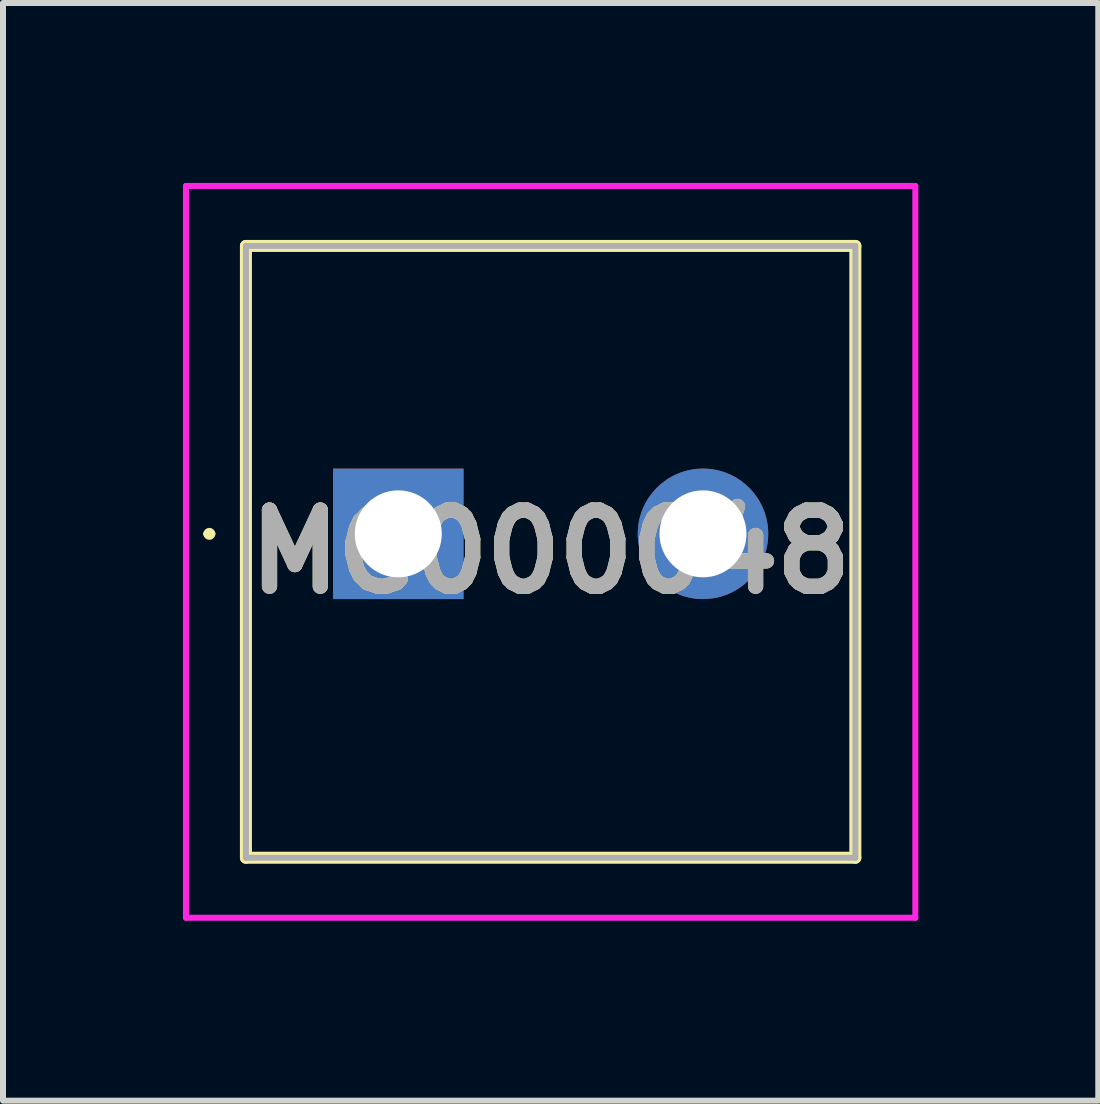
<source format=kicad_pcb>
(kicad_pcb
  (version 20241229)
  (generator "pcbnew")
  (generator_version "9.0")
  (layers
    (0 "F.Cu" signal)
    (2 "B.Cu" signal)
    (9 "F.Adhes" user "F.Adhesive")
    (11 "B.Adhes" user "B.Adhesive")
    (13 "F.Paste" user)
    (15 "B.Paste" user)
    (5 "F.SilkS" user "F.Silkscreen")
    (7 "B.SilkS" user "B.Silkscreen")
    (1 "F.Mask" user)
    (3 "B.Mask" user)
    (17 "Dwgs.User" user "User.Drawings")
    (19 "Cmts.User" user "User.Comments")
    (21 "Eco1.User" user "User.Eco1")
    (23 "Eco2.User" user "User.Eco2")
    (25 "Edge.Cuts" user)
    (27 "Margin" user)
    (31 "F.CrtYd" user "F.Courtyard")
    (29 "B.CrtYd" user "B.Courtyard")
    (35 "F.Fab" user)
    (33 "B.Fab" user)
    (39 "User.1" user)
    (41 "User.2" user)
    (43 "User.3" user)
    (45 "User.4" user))
  (footprint "MC000048"
    (layer "F.Cu")
    (at 3.59 5.85)
    (property "Reference" "MC000048" (at 2.54 0.3 0) (layer "F.SilkS") (effects (font (size 1.27 1.27) (thickness 0.254))))
    (attr through_hole)
    (fp_line (start -3.2 0) (end -3.2 0) (stroke (width 0.1) (type solid)) (layer "F.SilkS"))
    (fp_line (start -3.1 0) (end -3.1 0) (stroke (width 0.1) (type solid)) (layer "F.SilkS"))
    (fp_line (start -2.54 -4.8) (end 7.62 -4.8) (stroke (width 0.2) (type solid)) (layer "F.SilkS"))
    (fp_line (start -2.54 5.4) (end -2.54 -4.8) (stroke (width 0.2) (type solid)) (layer "F.SilkS"))
    (fp_line (start 7.62 -4.8) (end 7.62 5.4) (stroke (width 0.2) (type solid)) (layer "F.SilkS"))
    (fp_line (start 7.62 5.4) (end -2.54 5.4) (stroke (width 0.2) (type solid)) (layer "F.SilkS"))
    (fp_arc (start -3.2 0) (mid -3.15 -0.05) (end -3.1 0) (stroke (width 0.1) (type solid)) (layer "F.SilkS"))
    (fp_arc (start -3.1 0) (mid -3.15 0.05) (end -3.2 0) (stroke (width 0.1) (type solid)) (layer "F.SilkS"))
    (fp_line (start -3.54 -5.8) (end 8.62 -5.8) (stroke (width 0.1) (type solid)) (layer "F.CrtYd"))
    (fp_line (start -3.54 6.4) (end -3.54 -5.8) (stroke (width 0.1) (type solid)) (layer "F.CrtYd"))
    (fp_line (start 8.62 -5.8) (end 8.62 6.4) (stroke (width 0.1) (type solid)) (layer "F.CrtYd"))
    (fp_line (start 8.62 6.4) (end -3.54 6.4) (stroke (width 0.1) (type solid)) (layer "F.CrtYd"))
    (fp_line (start -2.54 -4.8) (end 7.62 -4.8) (stroke (width 0.1) (type solid)) (layer "F.Fab"))
    (fp_line (start -2.54 5.4) (end -2.54 -4.8) (stroke (width 0.1) (type solid)) (layer "F.Fab"))
    (fp_line (start 7.62 -4.8) (end 7.62 5.4) (stroke (width 0.1) (type solid)) (layer "F.Fab"))
    (fp_line (start 7.62 5.4) (end -2.54 5.4) (stroke (width 0.1) (type solid)) (layer "F.Fab"))
    (fp_text user "${REFERENCE}" (at 2.54 0.3 0) (layer "F.Fab") (effects (font (size 1.27 1.27) (thickness 0.254))))
    (pad "1" thru_hole rect (at 0 0) (size 2.175 2.175) (drill 1.45) (layers "*.Cu" "*.Mask"))
    (pad "2" thru_hole circle (at 5.08 0) (size 2.175 2.175) (drill 1.45) (layers "*.Cu" "*.Mask")))
  (gr_rect
    (start -3 -3)
    (end 15.26 15.3)
    (stroke (width 0.1) (type default))
    (fill no)
    (layer "Edge.Cuts")))
</source>
